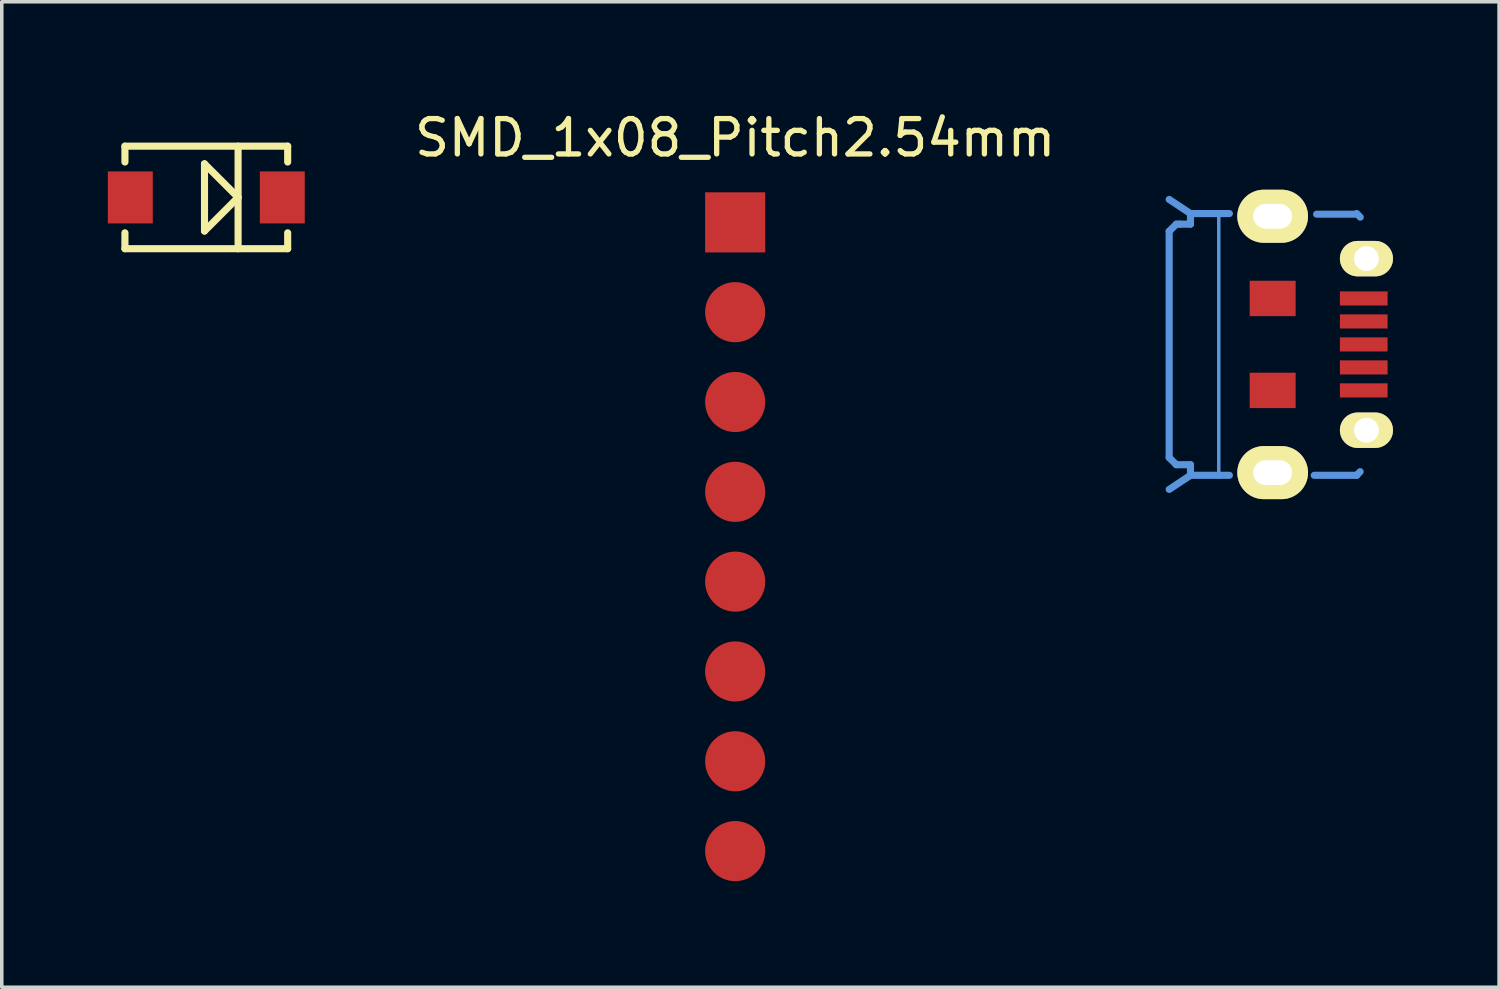
<source format=kicad_pcb>
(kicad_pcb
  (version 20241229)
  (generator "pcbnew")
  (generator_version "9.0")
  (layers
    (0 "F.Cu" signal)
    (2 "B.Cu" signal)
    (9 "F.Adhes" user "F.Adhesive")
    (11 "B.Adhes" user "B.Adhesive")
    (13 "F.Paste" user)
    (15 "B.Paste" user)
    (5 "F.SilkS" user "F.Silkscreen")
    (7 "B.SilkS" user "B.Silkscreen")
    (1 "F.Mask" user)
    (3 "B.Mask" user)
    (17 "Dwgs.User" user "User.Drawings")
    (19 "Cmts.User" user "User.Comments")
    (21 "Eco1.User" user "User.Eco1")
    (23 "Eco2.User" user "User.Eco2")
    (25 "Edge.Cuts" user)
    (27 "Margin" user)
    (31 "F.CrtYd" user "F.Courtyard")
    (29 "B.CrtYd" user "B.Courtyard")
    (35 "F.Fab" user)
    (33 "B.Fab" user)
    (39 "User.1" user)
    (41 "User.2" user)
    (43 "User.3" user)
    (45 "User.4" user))
  (footprint "SMD_1x08_Pitch2.54mm"
    (layer "F.Cu")
    (at 17.74 3.238)
    (property "Reference" "SMD_1x08_Pitch2.54mm" (at 0 -2.39 0) (layer "F.SilkS") (effects (font (size 1 1) (thickness 0.15))))
    (attr through_hole)
    (pad "1" smd rect (at 0 0) (size 1.7 1.7) (layers "F.Cu" "F.Mask" "F.Paste"))
    (pad "2" smd oval (at 0 2.54) (size 1.7 1.7) (layers "F.Cu" "F.Mask" "F.Paste"))
    (pad "3" smd oval (at 0 5.08) (size 1.7 1.7) (layers "F.Cu" "F.Mask" "F.Paste"))
    (pad "4" smd oval (at 0 7.62) (size 1.7 1.7) (layers "F.Cu" "F.Mask" "F.Paste"))
    (pad "5" smd oval (at 0 10.16) (size 1.7 1.7) (layers "F.Cu" "F.Mask" "F.Paste"))
    (pad "6" smd oval (at 0 12.7) (size 1.7 1.7) (layers "F.Cu" "F.Mask" "F.Paste"))
    (pad "7" smd oval (at 0 15.24) (size 1.7 1.7) (layers "F.Cu" "F.Mask" "F.Paste"))
    (pad "8" smd oval (at 0 17.78) (size 1.7 1.7) (layers "F.Cu" "F.Mask" "F.Paste")))
  (footprint "USB-MICRO-5pin_PTHMOUNT"
    (layer "F.Cu")
    (at 35.515 6.69)
    (property "Reference" "USB-MICRO-5pin_PTHMOUNT" (at -4.7 0 90) (layer "Eco1.User") (effects (font (size 0.6 0.6) (thickness 0.1))))
    (attr smd)
    (fp_line (start -5.502 -3.2) (end -5.502 3.2) (stroke (width 0.201) (type solid)) (layer "Cmts.User"))
    (fp_line (start -5.502 4.1) (end -4.9 3.701) (stroke (width 0.201) (type solid)) (layer "Cmts.User"))
    (fp_line (start -5.301 -3.401) (end -5.502 -3.2) (stroke (width 0.201) (type solid)) (layer "Cmts.User"))
    (fp_line (start -5.301 3.401) (end -5.502 3.2) (stroke (width 0.201) (type solid)) (layer "Cmts.User"))
    (fp_line (start -5.199 -3.401) (end -5.301 -3.401) (stroke (width 0.201) (type solid)) (layer "Cmts.User"))
    (fp_line (start -4.9 -3.701) (end -5.502 -4.1) (stroke (width 0.201) (type solid)) (layer "Cmts.User"))
    (fp_line (start -4.9 -3.701) (end -4.9 -3.5) (stroke (width 0.201) (type solid)) (layer "Cmts.User"))
    (fp_line (start -4.9 -3.5) (end -4.9 -3.401) (stroke (width 0.201) (type solid)) (layer "Cmts.User"))
    (fp_line (start -4.9 -3.401) (end -5.199 -3.401) (stroke (width 0.201) (type solid)) (layer "Cmts.User"))
    (fp_line (start -4.9 3.401) (end -5.301 3.401) (stroke (width 0.201) (type solid)) (layer "Cmts.User"))
    (fp_line (start -4.9 3.701) (end -4.9 3.401) (stroke (width 0.201) (type solid)) (layer "Cmts.User"))
    (fp_line (start -4.9 3.701) (end -4.1 3.701) (stroke (width 0.201) (type solid)) (layer "Cmts.User"))
    (fp_line (start -4.1 -3.701) (end -4.9 -3.701) (stroke (width 0.201) (type solid)) (layer "Cmts.User"))
    (fp_line (start -4.1 -3.701) (end -4.1 3.701) (stroke (width 0.099) (type solid)) (layer "Cmts.User"))
    (fp_line (start -4.1 -3.701) (end -3.8 -3.701) (stroke (width 0.201) (type solid)) (layer "Cmts.User"))
    (fp_line (start -4.1 3.701) (end -3.8 3.701) (stroke (width 0.201) (type solid)) (layer "Cmts.User"))
    (fp_line (start -0.254 -3.683) (end -1.333 -3.683) (stroke (width 0.2) (type solid)) (layer "Cmts.User"))
    (fp_line (start -0.201 3.701) (end -1.4 3.701) (stroke (width 0.201) (type solid)) (layer "Cmts.User"))
    (fp_line (start -0.201 3.701) (end -0.102 3.599) (stroke (width 0.201) (type solid)) (layer "Cmts.User"))
    (fp_line (start -0.099 -3.599) (end -0.198 -3.701) (stroke (width 0.201) (type solid)) (layer "Cmts.User"))
    (pad "1" smd rect (at 0 -1.3) (size 1.349 0.399) (layers "F.Cu" "F.Mask" "F.Paste"))
    (pad "2" smd rect (at 0 -0.65) (size 1.349 0.399) (layers "F.Cu" "F.Mask" "F.Paste"))
    (pad "3" smd rect (at 0 0) (size 1.349 0.399) (layers "F.Cu" "F.Mask" "F.Paste"))
    (pad "4" smd rect (at 0 0.65) (size 1.349 0.399) (layers "F.Cu" "F.Mask" "F.Paste"))
    (pad "5" smd rect (at 0 1.3) (size 1.349 0.399) (layers "F.Cu" "F.Mask" "F.Paste"))
    (pad "SHLD" thru_hole oval (at -2.576 -3.625) (size 1.999 1.501) (drill oval 1.1 0.701) (layers "*.Cu" "*.Mask" "F.SilkS"))
    (pad "SHLD" smd rect (at -2.576 -1.3) (size 1.3 1.001) (layers "F.Cu" "F.Mask" "F.Paste"))
    (pad "SHLD" smd rect (at -2.576 1.3) (size 1.3 1.001) (layers "F.Cu" "F.Mask" "F.Paste"))
    (pad "SHLD" thru_hole oval (at -2.576 3.625) (size 1.999 1.501) (drill oval 1.1 0.701) (layers "*.Cu" "*.Mask" "F.SilkS"))
    (pad "SHLD" thru_hole oval (at 0.076 -2.426) (size 1.501 1.001) (drill 0.701) (layers "*.Cu" "*.Mask" "F.SilkS"))
    (pad "SHLD" thru_hole oval (at 0.076 2.426) (size 1.501 1.001) (drill 0.701) (layers "*.Cu" "*.Mask" "F.SilkS")))
  (footprint "DIODE_SMA"
    (layer "F.Cu")
    (at 2.784 2.533)
    (property "Reference" "DIODE_SMA" (at -0.7 0 90) (layer "Eco1.User") (effects (font (size 0.6 0.6) (thickness 0.1))))
    (attr smd)
    (fp_line (start -2.301 -1.45) (end -2.301 -1.001) (stroke (width 0.201) (type solid)) (layer "F.SilkS"))
    (fp_line (start -2.301 -1.45) (end 2.301 -1.45) (stroke (width 0.201) (type solid)) (layer "F.SilkS"))
    (fp_line (start -2.301 1.45) (end -2.301 1.001) (stroke (width 0.201) (type solid)) (layer "F.SilkS"))
    (fp_line (start -2.301 1.45) (end 2.301 1.45) (stroke (width 0.201) (type solid)) (layer "F.SilkS"))
    (fp_line (start -0.051 0.95) (end -0.051 -0.95) (stroke (width 0.201) (type solid)) (layer "F.SilkS"))
    (fp_line (start 0.899 -1.45) (end 0.899 1.45) (stroke (width 0.201) (type solid)) (layer "F.SilkS"))
    (fp_line (start 0.899 0) (end -0.051 -0.95) (stroke (width 0.201) (type solid)) (layer "F.SilkS"))
    (fp_line (start 0.899 0) (end -0.051 0.95) (stroke (width 0.201) (type solid)) (layer "F.SilkS"))
    (fp_line (start 2.301 -1.45) (end 2.301 -1.001) (stroke (width 0.201) (type solid)) (layer "F.SilkS"))
    (fp_line (start 2.301 1.45) (end 2.301 1.001) (stroke (width 0.201) (type solid)) (layer "F.SilkS"))
    (pad "1" smd rect (at -2.149 0) (size 1.27 1.471) (layers "F.Cu" "F.Mask" "F.Paste"))
    (pad "2" smd rect (at 2.149 0) (size 1.27 1.471) (layers "F.Cu" "F.Mask" "F.Paste")))
  (gr_rect
    (start -3 -3)
    (end 39.342 24.868)
    (stroke (width 0.1) (type default))
    (fill no)
    (layer "Edge.Cuts")))
</source>
